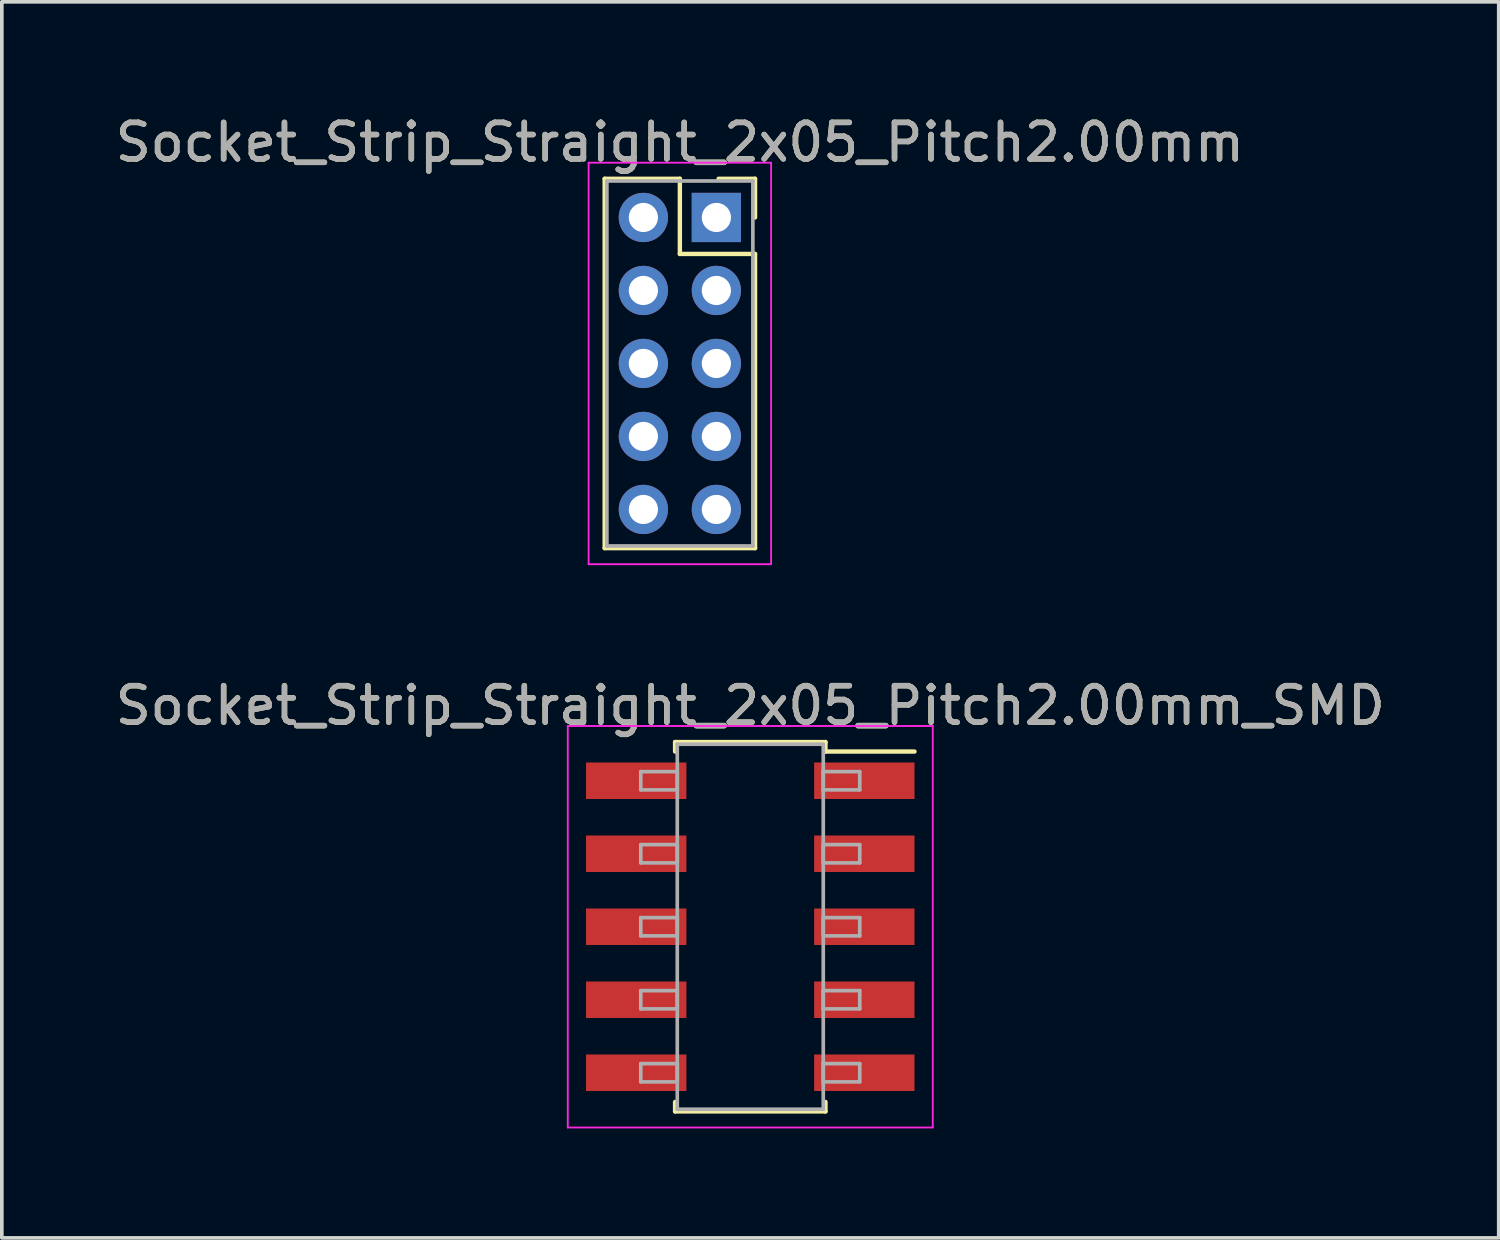
<source format=kicad_pcb>
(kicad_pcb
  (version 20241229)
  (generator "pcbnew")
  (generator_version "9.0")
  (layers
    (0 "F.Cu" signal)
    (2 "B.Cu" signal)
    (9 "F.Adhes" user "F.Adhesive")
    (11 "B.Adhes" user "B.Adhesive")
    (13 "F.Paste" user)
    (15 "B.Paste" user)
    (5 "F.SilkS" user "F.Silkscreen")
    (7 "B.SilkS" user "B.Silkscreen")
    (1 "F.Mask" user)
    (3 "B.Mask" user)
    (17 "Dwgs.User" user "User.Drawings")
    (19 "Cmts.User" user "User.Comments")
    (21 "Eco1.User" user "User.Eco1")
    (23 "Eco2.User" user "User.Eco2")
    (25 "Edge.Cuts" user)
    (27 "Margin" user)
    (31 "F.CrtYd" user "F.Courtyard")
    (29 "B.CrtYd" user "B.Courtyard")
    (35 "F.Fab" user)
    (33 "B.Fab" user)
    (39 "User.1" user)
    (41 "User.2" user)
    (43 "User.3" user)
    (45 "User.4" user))
  (footprint "Socket_Strip_Straight_2x05_Pitch2.00mm_SMD"
    (layer "F.Cu")
    (at 17.506 22.341)
    (property "Reference" "Socket_Strip_Straight_2x05_Pitch2.00mm_SMD" (at 0 -6.06 0) (layer "F.SilkS") (effects (font (size 1 1) (thickness 0.15))))
    (attr smd)
    (fp_line (start -2.06 -5.06) (end 2.06 -5.06) (stroke (width 0.12) (type solid)) (layer "F.SilkS"))
    (fp_line (start -2.06 -4.8) (end -2.06 -5.06) (stroke (width 0.12) (type solid)) (layer "F.SilkS"))
    (fp_line (start -2.06 4.8) (end -2.06 5.06) (stroke (width 0.12) (type solid)) (layer "F.SilkS"))
    (fp_line (start -2.06 5.06) (end 2.06 5.06) (stroke (width 0.12) (type solid)) (layer "F.SilkS"))
    (fp_line (start 2.06 -5.06) (end 2.06 -4.8) (stroke (width 0.12) (type solid)) (layer "F.SilkS"))
    (fp_line (start 2.06 5.06) (end 2.06 4.8) (stroke (width 0.12) (type solid)) (layer "F.SilkS"))
    (fp_line (start 4.5 -4.8) (end 2.06 -4.8) (stroke (width 0.12) (type solid)) (layer "F.SilkS"))
    (fp_line (start -5 -5.5) (end -5 5.5) (stroke (width 0.05) (type solid)) (layer "F.CrtYd"))
    (fp_line (start -5 5.5) (end 5 5.5) (stroke (width 0.05) (type solid)) (layer "F.CrtYd"))
    (fp_line (start 5 -5.5) (end -5 -5.5) (stroke (width 0.05) (type solid)) (layer "F.CrtYd"))
    (fp_line (start 5 5.5) (end 5 -5.5) (stroke (width 0.05) (type solid)) (layer "F.CrtYd"))
    (fp_line (start -3 -4.25) (end -2 -4.25) (stroke (width 0.1) (type solid)) (layer "F.Fab"))
    (fp_line (start -3 -3.75) (end -3 -4.25) (stroke (width 0.1) (type solid)) (layer "F.Fab"))
    (fp_line (start -3 -2.25) (end -2 -2.25) (stroke (width 0.1) (type solid)) (layer "F.Fab"))
    (fp_line (start -3 -1.75) (end -3 -2.25) (stroke (width 0.1) (type solid)) (layer "F.Fab"))
    (fp_line (start -3 -0.25) (end -2 -0.25) (stroke (width 0.1) (type solid)) (layer "F.Fab"))
    (fp_line (start -3 0.25) (end -3 -0.25) (stroke (width 0.1) (type solid)) (layer "F.Fab"))
    (fp_line (start -3 1.75) (end -2 1.75) (stroke (width 0.1) (type solid)) (layer "F.Fab"))
    (fp_line (start -3 2.25) (end -3 1.75) (stroke (width 0.1) (type solid)) (layer "F.Fab"))
    (fp_line (start -3 3.75) (end -2 3.75) (stroke (width 0.1) (type solid)) (layer "F.Fab"))
    (fp_line (start -3 4.25) (end -3 3.75) (stroke (width 0.1) (type solid)) (layer "F.Fab"))
    (fp_line (start -2 -5) (end -2 5) (stroke (width 0.1) (type solid)) (layer "F.Fab"))
    (fp_line (start -2 -4.25) (end -2 -3.75) (stroke (width 0.1) (type solid)) (layer "F.Fab"))
    (fp_line (start -2 -3.75) (end -3 -3.75) (stroke (width 0.1) (type solid)) (layer "F.Fab"))
    (fp_line (start -2 -2.25) (end -2 -1.75) (stroke (width 0.1) (type solid)) (layer "F.Fab"))
    (fp_line (start -2 -1.75) (end -3 -1.75) (stroke (width 0.1) (type solid)) (layer "F.Fab"))
    (fp_line (start -2 -0.25) (end -2 0.25) (stroke (width 0.1) (type solid)) (layer "F.Fab"))
    (fp_line (start -2 0.25) (end -3 0.25) (stroke (width 0.1) (type solid)) (layer "F.Fab"))
    (fp_line (start -2 1.75) (end -2 2.25) (stroke (width 0.1) (type solid)) (layer "F.Fab"))
    (fp_line (start -2 2.25) (end -3 2.25) (stroke (width 0.1) (type solid)) (layer "F.Fab"))
    (fp_line (start -2 3.75) (end -2 4.25) (stroke (width 0.1) (type solid)) (layer "F.Fab"))
    (fp_line (start -2 4.25) (end -3 4.25) (stroke (width 0.1) (type solid)) (layer "F.Fab"))
    (fp_line (start -2 5) (end 2 5) (stroke (width 0.1) (type solid)) (layer "F.Fab"))
    (fp_line (start 2 -5) (end -2 -5) (stroke (width 0.1) (type solid)) (layer "F.Fab"))
    (fp_line (start 2 -4.25) (end 2 -3.75) (stroke (width 0.1) (type solid)) (layer "F.Fab"))
    (fp_line (start 2 -3.75) (end 3 -3.75) (stroke (width 0.1) (type solid)) (layer "F.Fab"))
    (fp_line (start 2 -2.25) (end 2 -1.75) (stroke (width 0.1) (type solid)) (layer "F.Fab"))
    (fp_line (start 2 -1.75) (end 3 -1.75) (stroke (width 0.1) (type solid)) (layer "F.Fab"))
    (fp_line (start 2 -0.25) (end 2 0.25) (stroke (width 0.1) (type solid)) (layer "F.Fab"))
    (fp_line (start 2 0.25) (end 3 0.25) (stroke (width 0.1) (type solid)) (layer "F.Fab"))
    (fp_line (start 2 1.75) (end 2 2.25) (stroke (width 0.1) (type solid)) (layer "F.Fab"))
    (fp_line (start 2 2.25) (end 3 2.25) (stroke (width 0.1) (type solid)) (layer "F.Fab"))
    (fp_line (start 2 3.75) (end 2 4.25) (stroke (width 0.1) (type solid)) (layer "F.Fab"))
    (fp_line (start 2 4.25) (end 3 4.25) (stroke (width 0.1) (type solid)) (layer "F.Fab"))
    (fp_line (start 2 5) (end 2 -5) (stroke (width 0.1) (type solid)) (layer "F.Fab"))
    (fp_line (start 3 -4.25) (end 2 -4.25) (stroke (width 0.1) (type solid)) (layer "F.Fab"))
    (fp_line (start 3 -3.75) (end 3 -4.25) (stroke (width 0.1) (type solid)) (layer "F.Fab"))
    (fp_line (start 3 -2.25) (end 2 -2.25) (stroke (width 0.1) (type solid)) (layer "F.Fab"))
    (fp_line (start 3 -1.75) (end 3 -2.25) (stroke (width 0.1) (type solid)) (layer "F.Fab"))
    (fp_line (start 3 -0.25) (end 2 -0.25) (stroke (width 0.1) (type solid)) (layer "F.Fab"))
    (fp_line (start 3 0.25) (end 3 -0.25) (stroke (width 0.1) (type solid)) (layer "F.Fab"))
    (fp_line (start 3 1.75) (end 2 1.75) (stroke (width 0.1) (type solid)) (layer "F.Fab"))
    (fp_line (start 3 2.25) (end 3 1.75) (stroke (width 0.1) (type solid)) (layer "F.Fab"))
    (fp_line (start 3 3.75) (end 2 3.75) (stroke (width 0.1) (type solid)) (layer "F.Fab"))
    (fp_line (start 3 4.25) (end 3 3.75) (stroke (width 0.1) (type solid)) (layer "F.Fab"))
    (fp_text user "${REFERENCE}" (at 0 -6.06 0) (layer "F.Fab") (effects (font (size 1 1) (thickness 0.15))))
    (pad "1" smd rect (at 3.125 -4) (size 2.75 1) (layers "F.Cu" "F.Mask" "F.Paste"))
    (pad "2" smd rect (at -3.125 -4) (size 2.75 1) (layers "F.Cu" "F.Mask" "F.Paste"))
    (pad "3" smd rect (at 3.125 -2) (size 2.75 1) (layers "F.Cu" "F.Mask" "F.Paste"))
    (pad "4" smd rect (at -3.125 -2) (size 2.75 1) (layers "F.Cu" "F.Mask" "F.Paste"))
    (pad "5" smd rect (at 3.125 0) (size 2.75 1) (layers "F.Cu" "F.Mask" "F.Paste"))
    (pad "6" smd rect (at -3.125 0) (size 2.75 1) (layers "F.Cu" "F.Mask" "F.Paste"))
    (pad "7" smd rect (at 3.125 2) (size 2.75 1) (layers "F.Cu" "F.Mask" "F.Paste"))
    (pad "8" smd rect (at -3.125 2) (size 2.75 1) (layers "F.Cu" "F.Mask" "F.Paste"))
    (pad "9" smd rect (at 3.125 4) (size 2.75 1) (layers "F.Cu" "F.Mask" "F.Paste"))
    (pad "10" smd rect (at -3.125 4) (size 2.75 1) (layers "F.Cu" "F.Mask" "F.Paste")))
  (footprint "Socket_Strip_Straight_2x05_Pitch2.00mm"
    (layer "F.Cu")
    (at 16.577 2.908)
    (property "Reference" "Socket_Strip_Straight_2x05_Pitch2.00mm" (at -1 -2.06 0) (layer "F.SilkS") (effects (font (size 1 1) (thickness 0.15))))
    (attr through_hole)
    (fp_line (start -3.06 -1.06) (end -1 -1.06) (stroke (width 0.12) (type solid)) (layer "F.SilkS"))
    (fp_line (start -3.06 9.06) (end -3.06 -1.06) (stroke (width 0.12) (type solid)) (layer "F.SilkS"))
    (fp_line (start -1 -1.06) (end -1 1) (stroke (width 0.12) (type solid)) (layer "F.SilkS"))
    (fp_line (start -1 1) (end 1.06 1) (stroke (width 0.12) (type solid)) (layer "F.SilkS"))
    (fp_line (start 1.06 -1.06) (end 0.06 -1.06) (stroke (width 0.12) (type solid)) (layer "F.SilkS"))
    (fp_line (start 1.06 0) (end 1.06 -1.06) (stroke (width 0.12) (type solid)) (layer "F.SilkS"))
    (fp_line (start 1.06 1) (end 1.06 9.06) (stroke (width 0.12) (type solid)) (layer "F.SilkS"))
    (fp_line (start 1.06 9.06) (end -3.06 9.06) (stroke (width 0.12) (type solid)) (layer "F.SilkS"))
    (fp_line (start -3.5 -1.5) (end -3.5 9.5) (stroke (width 0.05) (type solid)) (layer "F.CrtYd"))
    (fp_line (start -3.5 9.5) (end 1.5 9.5) (stroke (width 0.05) (type solid)) (layer "F.CrtYd"))
    (fp_line (start 1.5 -1.5) (end -3.5 -1.5) (stroke (width 0.05) (type solid)) (layer "F.CrtYd"))
    (fp_line (start 1.5 9.5) (end 1.5 -1.5) (stroke (width 0.05) (type solid)) (layer "F.CrtYd"))
    (fp_line (start -3 -1) (end -3 9) (stroke (width 0.1) (type solid)) (layer "F.Fab"))
    (fp_line (start -3 9) (end 1 9) (stroke (width 0.1) (type solid)) (layer "F.Fab"))
    (fp_line (start 1 -1) (end -3 -1) (stroke (width 0.1) (type solid)) (layer "F.Fab"))
    (fp_line (start 1 9) (end 1 -1) (stroke (width 0.1) (type solid)) (layer "F.Fab"))
    (fp_text user "${REFERENCE}" (at -1 -2.06 0) (layer "F.Fab") (effects (font (size 1 1) (thickness 0.15))))
    (pad "1" thru_hole rect (at 0 0) (size 1.35 1.35) (drill 0.8) (layers "*.Cu" "*.Mask"))
    (pad "2" thru_hole oval (at -2 0) (size 1.35 1.35) (drill 0.8) (layers "*.Cu" "*.Mask"))
    (pad "3" thru_hole oval (at 0 2) (size 1.35 1.35) (drill 0.8) (layers "*.Cu" "*.Mask"))
    (pad "4" thru_hole oval (at -2 2) (size 1.35 1.35) (drill 0.8) (layers "*.Cu" "*.Mask"))
    (pad "5" thru_hole oval (at 0 4) (size 1.35 1.35) (drill 0.8) (layers "*.Cu" "*.Mask"))
    (pad "6" thru_hole oval (at -2 4) (size 1.35 1.35) (drill 0.8) (layers "*.Cu" "*.Mask"))
    (pad "7" thru_hole oval (at 0 6) (size 1.35 1.35) (drill 0.8) (layers "*.Cu" "*.Mask"))
    (pad "8" thru_hole oval (at -2 6) (size 1.35 1.35) (drill 0.8) (layers "*.Cu" "*.Mask"))
    (pad "9" thru_hole oval (at 0 8) (size 1.35 1.35) (drill 0.8) (layers "*.Cu" "*.Mask"))
    (pad "10" thru_hole oval (at -2 8) (size 1.35 1.35) (drill 0.8) (layers "*.Cu" "*.Mask")))
  (gr_rect
    (start -3 -3)
    (end 38.012 30.866)
    (stroke (width 0.1) (type default))
    (fill no)
    (layer "Edge.Cuts")))
</source>
